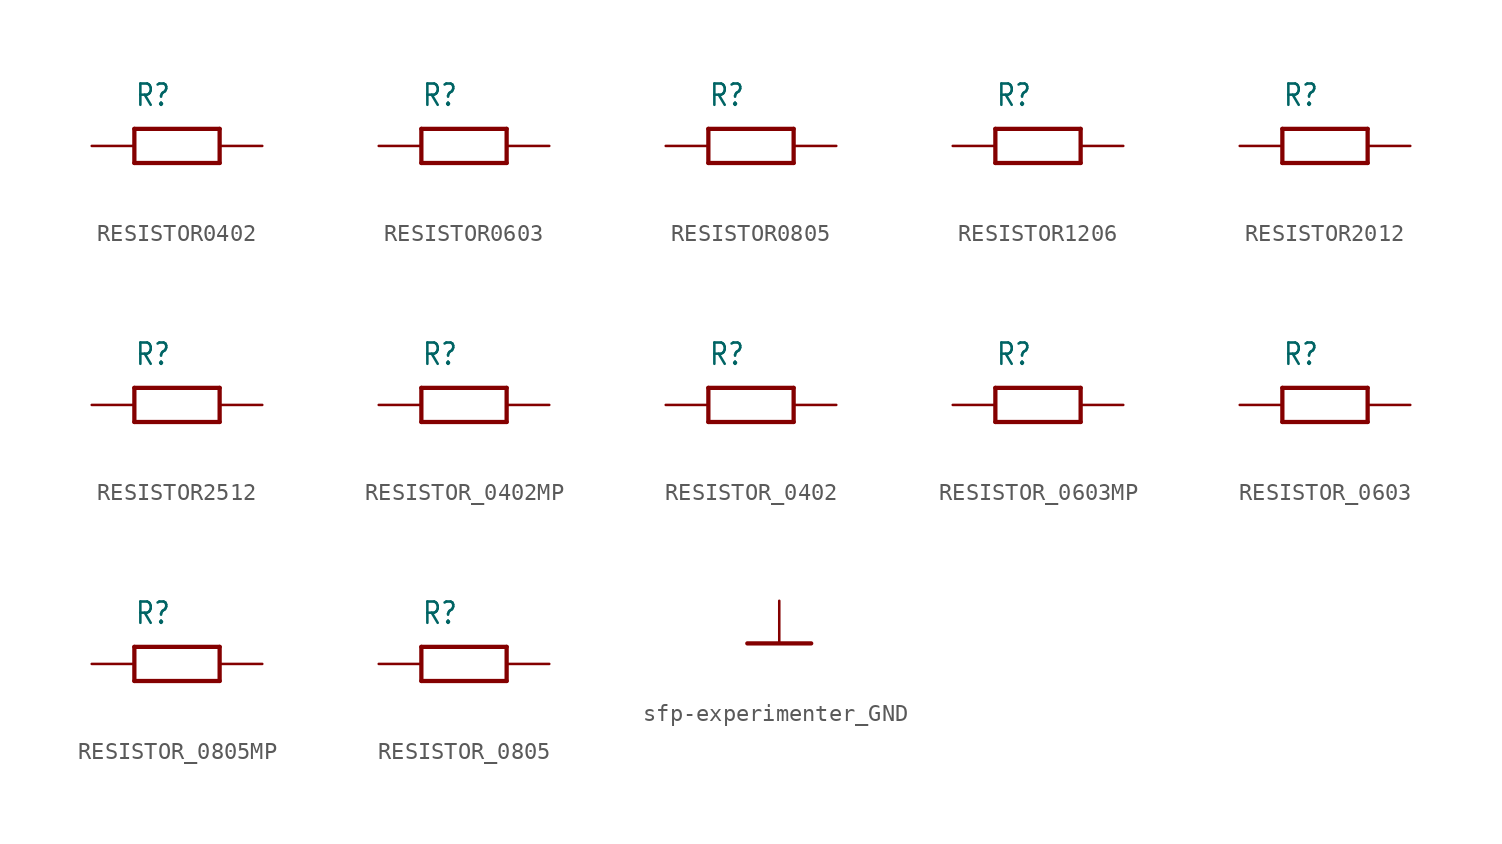
<source format=kicad_sym>
(kicad_symbol_lib
  (version 20231120)
  (generator "kicad_symbol_editor")
  (generator_version "8.0")
  (symbol "RESISTOR0402"
    (property "Reference" "R"
      (at -2.54 2.286 0)
      (effects (font (size 1.27 1.079)) (justify left bottom)))
    (property "Value" ""
      (at -2.54 -3.429 0)
      (effects (font (size 1.27 1.079)) (justify left bottom)))
    (property "ki_locked" ""
      (at 0 0 0)
      (effects (font (size 1.27 1.27))))
    (symbol "RESISTOR0402_1_0"
      (polyline (pts (xy -2.54 -1.016) (xy -2.54 1.016)) (stroke (width 0.254) (type solid)) (fill (type none)))
      (polyline (pts (xy -2.54 1.016) (xy 2.54 1.016)) (stroke (width 0.254) (type solid)) (fill (type none)))
      (polyline (pts (xy 2.54 -1.016) (xy -2.54 -1.016)) (stroke (width 0.254) (type solid)) (fill (type none)))
      (polyline (pts (xy 2.54 1.016) (xy 2.54 -1.016)) (stroke (width 0.254) (type solid)) (fill (type none)))
      (pin passive line (at -5.08 0 0) (length 2.54) (name "1" (effects (font (size 0 0)))) (number "1" (effects (font (size 0 0)))))
      (pin passive line (at 5.08 0 180) (length 2.54) (name "2" (effects (font (size 0 0)))) (number "2" (effects (font (size 0 0)))))))
  (symbol "RESISTOR0603"
    (property "Reference" "R"
      (at -2.54 2.286 0)
      (effects (font (size 1.27 1.079)) (justify left bottom)))
    (property "Value" ""
      (at -2.54 -3.429 0)
      (effects (font (size 1.27 1.079)) (justify left bottom)))
    (property "ki_locked" ""
      (at 0 0 0)
      (effects (font (size 1.27 1.27))))
    (symbol "RESISTOR0603_1_0"
      (polyline (pts (xy -2.54 -1.016) (xy -2.54 1.016)) (stroke (width 0.254) (type solid)) (fill (type none)))
      (polyline (pts (xy -2.54 1.016) (xy 2.54 1.016)) (stroke (width 0.254) (type solid)) (fill (type none)))
      (polyline (pts (xy 2.54 -1.016) (xy -2.54 -1.016)) (stroke (width 0.254) (type solid)) (fill (type none)))
      (polyline (pts (xy 2.54 1.016) (xy 2.54 -1.016)) (stroke (width 0.254) (type solid)) (fill (type none)))
      (pin passive line (at -5.08 0 0) (length 2.54) (name "1" (effects (font (size 0 0)))) (number "1" (effects (font (size 0 0)))))
      (pin passive line (at 5.08 0 180) (length 2.54) (name "2" (effects (font (size 0 0)))) (number "2" (effects (font (size 0 0)))))))
  (symbol "RESISTOR0805"
    (property "Reference" "R"
      (at -2.54 2.286 0)
      (effects (font (size 1.27 1.079)) (justify left bottom)))
    (property "Value" ""
      (at -2.54 -3.429 0)
      (effects (font (size 1.27 1.079)) (justify left bottom)))
    (property "ki_locked" ""
      (at 0 0 0)
      (effects (font (size 1.27 1.27))))
    (symbol "RESISTOR0805_1_0"
      (polyline (pts (xy -2.54 -1.016) (xy -2.54 1.016)) (stroke (width 0.254) (type solid)) (fill (type none)))
      (polyline (pts (xy -2.54 1.016) (xy 2.54 1.016)) (stroke (width 0.254) (type solid)) (fill (type none)))
      (polyline (pts (xy 2.54 -1.016) (xy -2.54 -1.016)) (stroke (width 0.254) (type solid)) (fill (type none)))
      (polyline (pts (xy 2.54 1.016) (xy 2.54 -1.016)) (stroke (width 0.254) (type solid)) (fill (type none)))
      (pin passive line (at -5.08 0 0) (length 2.54) (name "1" (effects (font (size 0 0)))) (number "1" (effects (font (size 0 0)))))
      (pin passive line (at 5.08 0 180) (length 2.54) (name "2" (effects (font (size 0 0)))) (number "2" (effects (font (size 0 0)))))))
  (symbol "RESISTOR1206"
    (property "Reference" "R"
      (at -2.54 2.286 0)
      (effects (font (size 1.27 1.079)) (justify left bottom)))
    (property "Value" ""
      (at -2.54 -3.429 0)
      (effects (font (size 1.27 1.079)) (justify left bottom)))
    (property "ki_locked" ""
      (at 0 0 0)
      (effects (font (size 1.27 1.27))))
    (symbol "RESISTOR1206_1_0"
      (polyline (pts (xy -2.54 -1.016) (xy -2.54 1.016)) (stroke (width 0.254) (type solid)) (fill (type none)))
      (polyline (pts (xy -2.54 1.016) (xy 2.54 1.016)) (stroke (width 0.254) (type solid)) (fill (type none)))
      (polyline (pts (xy 2.54 -1.016) (xy -2.54 -1.016)) (stroke (width 0.254) (type solid)) (fill (type none)))
      (polyline (pts (xy 2.54 1.016) (xy 2.54 -1.016)) (stroke (width 0.254) (type solid)) (fill (type none)))
      (pin passive line (at -5.08 0 0) (length 2.54) (name "1" (effects (font (size 0 0)))) (number "1" (effects (font (size 0 0)))))
      (pin passive line (at 5.08 0 180) (length 2.54) (name "2" (effects (font (size 0 0)))) (number "2" (effects (font (size 0 0)))))))
  (symbol "RESISTOR2012"
    (property "Reference" "R"
      (at -2.54 2.286 0)
      (effects (font (size 1.27 1.079)) (justify left bottom)))
    (property "Value" ""
      (at -2.54 -3.429 0)
      (effects (font (size 1.27 1.079)) (justify left bottom)))
    (property "ki_locked" ""
      (at 0 0 0)
      (effects (font (size 1.27 1.27))))
    (symbol "RESISTOR2012_1_0"
      (polyline (pts (xy -2.54 -1.016) (xy -2.54 1.016)) (stroke (width 0.254) (type solid)) (fill (type none)))
      (polyline (pts (xy -2.54 1.016) (xy 2.54 1.016)) (stroke (width 0.254) (type solid)) (fill (type none)))
      (polyline (pts (xy 2.54 -1.016) (xy -2.54 -1.016)) (stroke (width 0.254) (type solid)) (fill (type none)))
      (polyline (pts (xy 2.54 1.016) (xy 2.54 -1.016)) (stroke (width 0.254) (type solid)) (fill (type none)))
      (pin passive line (at -5.08 0 0) (length 2.54) (name "1" (effects (font (size 0 0)))) (number "1" (effects (font (size 0 0)))))
      (pin passive line (at 5.08 0 180) (length 2.54) (name "2" (effects (font (size 0 0)))) (number "2" (effects (font (size 0 0)))))))
  (symbol "RESISTOR2512"
    (property "Reference" "R"
      (at -2.54 2.286 0)
      (effects (font (size 1.27 1.079)) (justify left bottom)))
    (property "Value" ""
      (at -2.54 -3.429 0)
      (effects (font (size 1.27 1.079)) (justify left bottom)))
    (property "ki_locked" ""
      (at 0 0 0)
      (effects (font (size 1.27 1.27))))
    (symbol "RESISTOR2512_1_0"
      (polyline (pts (xy -2.54 -1.016) (xy -2.54 1.016)) (stroke (width 0.254) (type solid)) (fill (type none)))
      (polyline (pts (xy -2.54 1.016) (xy 2.54 1.016)) (stroke (width 0.254) (type solid)) (fill (type none)))
      (polyline (pts (xy 2.54 -1.016) (xy -2.54 -1.016)) (stroke (width 0.254) (type solid)) (fill (type none)))
      (polyline (pts (xy 2.54 1.016) (xy 2.54 -1.016)) (stroke (width 0.254) (type solid)) (fill (type none)))
      (pin passive line (at -5.08 0 0) (length 2.54) (name "1" (effects (font (size 0 0)))) (number "1" (effects (font (size 0 0)))))
      (pin passive line (at 5.08 0 180) (length 2.54) (name "2" (effects (font (size 0 0)))) (number "2" (effects (font (size 0 0)))))))
  (symbol "RESISTOR_0402MP"
    (property "Reference" "R"
      (at -2.54 2.286 0)
      (effects (font (size 1.27 1.079)) (justify left bottom)))
    (property "Value" ""
      (at -2.54 -3.429 0)
      (effects (font (size 1.27 1.079)) (justify left bottom)))
    (property "ki_locked" ""
      (at 0 0 0)
      (effects (font (size 1.27 1.27))))
    (symbol "RESISTOR_0402MP_1_0"
      (polyline (pts (xy -2.54 -1.016) (xy -2.54 1.016)) (stroke (width 0.254) (type solid)) (fill (type none)))
      (polyline (pts (xy -2.54 1.016) (xy 2.54 1.016)) (stroke (width 0.254) (type solid)) (fill (type none)))
      (polyline (pts (xy 2.54 -1.016) (xy -2.54 -1.016)) (stroke (width 0.254) (type solid)) (fill (type none)))
      (polyline (pts (xy 2.54 1.016) (xy 2.54 -1.016)) (stroke (width 0.254) (type solid)) (fill (type none)))
      (pin passive line (at -5.08 0 0) (length 2.54) (name "1" (effects (font (size 0 0)))) (number "1" (effects (font (size 0 0)))))
      (pin passive line (at 5.08 0 180) (length 2.54) (name "2" (effects (font (size 0 0)))) (number "2" (effects (font (size 0 0)))))))
  (symbol "RESISTOR_0402"
    (property "Reference" "R"
      (at -2.54 2.286 0)
      (effects (font (size 1.27 1.079)) (justify left bottom)))
    (property "Value" ""
      (at -2.54 -3.429 0)
      (effects (font (size 1.27 1.079)) (justify left bottom)))
    (property "ki_locked" ""
      (at 0 0 0)
      (effects (font (size 1.27 1.27))))
    (symbol "RESISTOR_0402_1_0"
      (polyline (pts (xy -2.54 -1.016) (xy -2.54 1.016)) (stroke (width 0.254) (type solid)) (fill (type none)))
      (polyline (pts (xy -2.54 1.016) (xy 2.54 1.016)) (stroke (width 0.254) (type solid)) (fill (type none)))
      (polyline (pts (xy 2.54 -1.016) (xy -2.54 -1.016)) (stroke (width 0.254) (type solid)) (fill (type none)))
      (polyline (pts (xy 2.54 1.016) (xy 2.54 -1.016)) (stroke (width 0.254) (type solid)) (fill (type none)))
      (pin passive line (at -5.08 0 0) (length 2.54) (name "1" (effects (font (size 0 0)))) (number "1" (effects (font (size 0 0)))))
      (pin passive line (at 5.08 0 180) (length 2.54) (name "2" (effects (font (size 0 0)))) (number "2" (effects (font (size 0 0)))))))
  (symbol "RESISTOR_0603MP"
    (property "Reference" "R"
      (at -2.54 2.286 0)
      (effects (font (size 1.27 1.079)) (justify left bottom)))
    (property "Value" ""
      (at -2.54 -3.429 0)
      (effects (font (size 1.27 1.079)) (justify left bottom)))
    (property "ki_locked" ""
      (at 0 0 0)
      (effects (font (size 1.27 1.27))))
    (symbol "RESISTOR_0603MP_1_0"
      (polyline (pts (xy -2.54 -1.016) (xy -2.54 1.016)) (stroke (width 0.254) (type solid)) (fill (type none)))
      (polyline (pts (xy -2.54 1.016) (xy 2.54 1.016)) (stroke (width 0.254) (type solid)) (fill (type none)))
      (polyline (pts (xy 2.54 -1.016) (xy -2.54 -1.016)) (stroke (width 0.254) (type solid)) (fill (type none)))
      (polyline (pts (xy 2.54 1.016) (xy 2.54 -1.016)) (stroke (width 0.254) (type solid)) (fill (type none)))
      (pin passive line (at -5.08 0 0) (length 2.54) (name "1" (effects (font (size 0 0)))) (number "1" (effects (font (size 0 0)))))
      (pin passive line (at 5.08 0 180) (length 2.54) (name "2" (effects (font (size 0 0)))) (number "2" (effects (font (size 0 0)))))))
  (symbol "RESISTOR_0603"
    (property "Reference" "R"
      (at -2.54 2.286 0)
      (effects (font (size 1.27 1.079)) (justify left bottom)))
    (property "Value" ""
      (at -2.54 -3.429 0)
      (effects (font (size 1.27 1.079)) (justify left bottom)))
    (property "ki_locked" ""
      (at 0 0 0)
      (effects (font (size 1.27 1.27))))
    (symbol "RESISTOR_0603_1_0"
      (polyline (pts (xy -2.54 -1.016) (xy -2.54 1.016)) (stroke (width 0.254) (type solid)) (fill (type none)))
      (polyline (pts (xy -2.54 1.016) (xy 2.54 1.016)) (stroke (width 0.254) (type solid)) (fill (type none)))
      (polyline (pts (xy 2.54 -1.016) (xy -2.54 -1.016)) (stroke (width 0.254) (type solid)) (fill (type none)))
      (polyline (pts (xy 2.54 1.016) (xy 2.54 -1.016)) (stroke (width 0.254) (type solid)) (fill (type none)))
      (pin passive line (at -5.08 0 0) (length 2.54) (name "1" (effects (font (size 0 0)))) (number "1" (effects (font (size 0 0)))))
      (pin passive line (at 5.08 0 180) (length 2.54) (name "2" (effects (font (size 0 0)))) (number "2" (effects (font (size 0 0)))))))
  (symbol "RESISTOR_0805MP"
    (property "Reference" "R"
      (at -2.54 2.286 0)
      (effects (font (size 1.27 1.079)) (justify left bottom)))
    (property "Value" ""
      (at -2.54 -3.429 0)
      (effects (font (size 1.27 1.079)) (justify left bottom)))
    (property "ki_locked" ""
      (at 0 0 0)
      (effects (font (size 1.27 1.27))))
    (symbol "RESISTOR_0805MP_1_0"
      (polyline (pts (xy -2.54 -1.016) (xy -2.54 1.016)) (stroke (width 0.254) (type solid)) (fill (type none)))
      (polyline (pts (xy -2.54 1.016) (xy 2.54 1.016)) (stroke (width 0.254) (type solid)) (fill (type none)))
      (polyline (pts (xy 2.54 -1.016) (xy -2.54 -1.016)) (stroke (width 0.254) (type solid)) (fill (type none)))
      (polyline (pts (xy 2.54 1.016) (xy 2.54 -1.016)) (stroke (width 0.254) (type solid)) (fill (type none)))
      (pin passive line (at -5.08 0 0) (length 2.54) (name "1" (effects (font (size 0 0)))) (number "1" (effects (font (size 0 0)))))
      (pin passive line (at 5.08 0 180) (length 2.54) (name "2" (effects (font (size 0 0)))) (number "2" (effects (font (size 0 0)))))))
  (symbol "RESISTOR_0805"
    (property "Reference" "R"
      (at -2.54 2.286 0)
      (effects (font (size 1.27 1.079)) (justify left bottom)))
    (property "Value" ""
      (at -2.54 -3.429 0)
      (effects (font (size 1.27 1.079)) (justify left bottom)))
    (property "ki_locked" ""
      (at 0 0 0)
      (effects (font (size 1.27 1.27))))
    (symbol "RESISTOR_0805_1_0"
      (polyline (pts (xy -2.54 -1.016) (xy -2.54 1.016)) (stroke (width 0.254) (type solid)) (fill (type none)))
      (polyline (pts (xy -2.54 1.016) (xy 2.54 1.016)) (stroke (width 0.254) (type solid)) (fill (type none)))
      (polyline (pts (xy 2.54 -1.016) (xy -2.54 -1.016)) (stroke (width 0.254) (type solid)) (fill (type none)))
      (polyline (pts (xy 2.54 1.016) (xy 2.54 -1.016)) (stroke (width 0.254) (type solid)) (fill (type none)))
      (pin passive line (at -5.08 0 0) (length 2.54) (name "1" (effects (font (size 0 0)))) (number "1" (effects (font (size 0 0)))))
      (pin passive line (at 5.08 0 180) (length 2.54) (name "2" (effects (font (size 0 0)))) (number "2" (effects (font (size 0 0)))))))
  (symbol "sfp-experimenter_GND"
    (power)
    (property "Reference" "#GND"
      (at 0 0 0)
      (effects (font (size 1.27 1.27)) (hide yes)))
    (property "Value" ""
      (at -2.54 -2.54 0)
      (effects (font (size 1.778 1.511)) (justify left bottom)))
    (property "ki_locked" ""
      (at 0 0 0)
      (effects (font (size 1.27 1.27))))
    (symbol "sfp-experimenter_GND_1_0"
      (polyline (pts (xy -1.905 0) (xy 1.905 0)) (stroke (width 0.254) (type solid)) (fill (type none)))
      (pin power_in line (at 0 2.54 270) (length 2.54) (name "GND" (effects (font (size 0 0)))) (number "1" (effects (font (size 0 0))))))))
</source>
